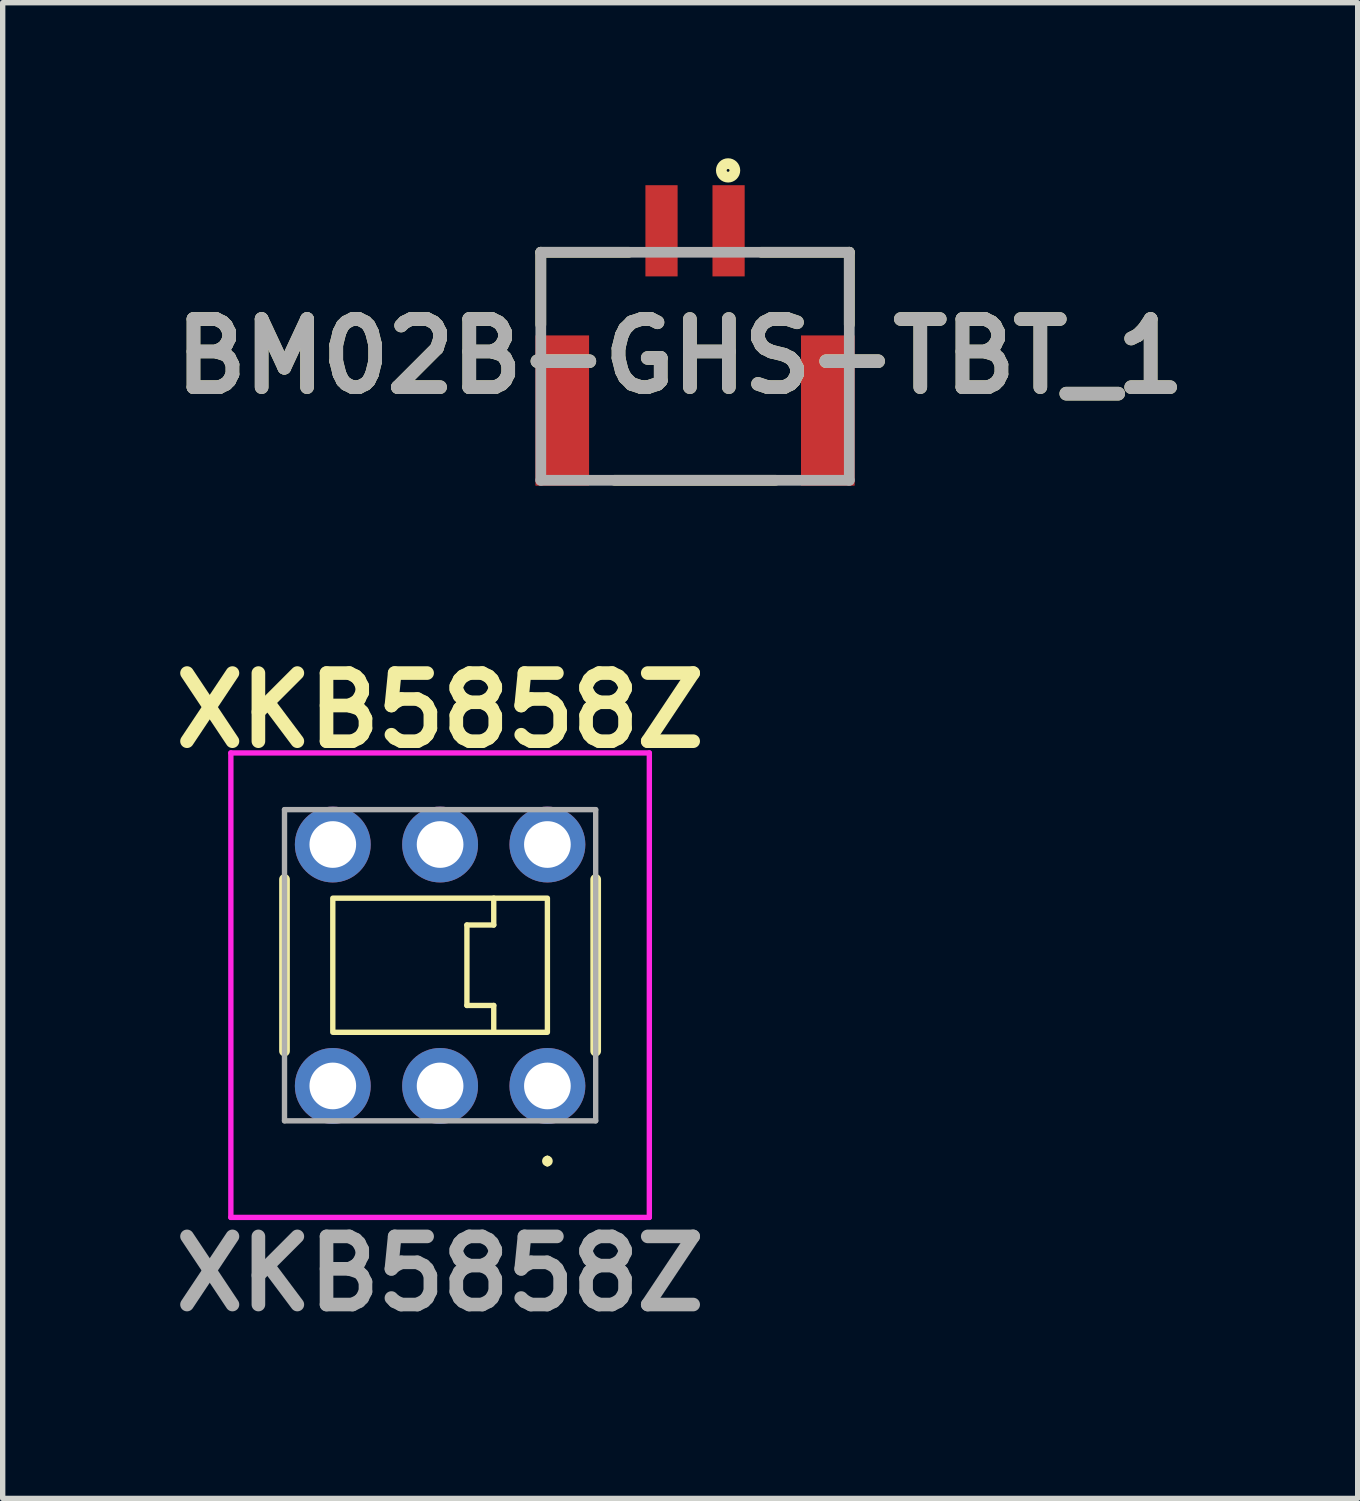
<source format=kicad_pcb>
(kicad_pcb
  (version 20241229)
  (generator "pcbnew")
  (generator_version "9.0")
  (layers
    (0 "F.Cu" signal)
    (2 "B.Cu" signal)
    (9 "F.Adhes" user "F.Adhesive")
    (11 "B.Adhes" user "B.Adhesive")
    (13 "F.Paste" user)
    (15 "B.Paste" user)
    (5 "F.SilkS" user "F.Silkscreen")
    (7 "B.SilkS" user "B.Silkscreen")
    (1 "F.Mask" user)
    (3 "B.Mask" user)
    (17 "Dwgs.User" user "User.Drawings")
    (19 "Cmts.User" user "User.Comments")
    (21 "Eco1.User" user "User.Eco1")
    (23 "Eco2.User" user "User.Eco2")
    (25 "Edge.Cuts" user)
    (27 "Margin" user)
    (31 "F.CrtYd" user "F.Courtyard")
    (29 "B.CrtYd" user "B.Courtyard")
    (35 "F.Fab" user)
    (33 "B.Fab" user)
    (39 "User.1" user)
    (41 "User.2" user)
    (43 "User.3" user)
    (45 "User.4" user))
  (footprint "XKB5858Z"
    (layer "F.Cu")
    (at 7.153 17.191)
    (property "Reference" "XKB5858Z" (at -2 -7 0) (layer "F.SilkS") (effects (font (size 1.27 1.27) (thickness 0.254))))
    (attr through_hole)
    (fp_line (start -4.9 -3.85) (end -4.9 -0.65) (stroke (width 0.2) (type solid)) (layer "F.SilkS"))
    (fp_line (start -1.5 -3) (end -1.5 -1.5) (stroke (width 0.1) (type default)) (layer "F.SilkS"))
    (fp_line (start -1.5 -1.5) (end -1 -1.5) (stroke (width 0.1) (type default)) (layer "F.SilkS"))
    (fp_line (start -1 -3.5) (end -1 -3) (stroke (width 0.1) (type default)) (layer "F.SilkS"))
    (fp_line (start -1 -3) (end -1.5 -3) (stroke (width 0.1) (type default)) (layer "F.SilkS"))
    (fp_line (start -1 -1.5) (end -1 -1) (stroke (width 0.1) (type default)) (layer "F.SilkS"))
    (fp_line (start 0 1.35) (end 0 1.35) (stroke (width 0.1) (type solid)) (layer "F.SilkS"))
    (fp_line (start 0 1.45) (end 0 1.45) (stroke (width 0.1) (type solid)) (layer "F.SilkS"))
    (fp_line (start 0.9 -3.85) (end 0.9 -0.65) (stroke (width 0.2) (type solid)) (layer "F.SilkS"))
    (fp_rect (start -4 -3.5) (end 0 -1) (stroke (width 0.1) (type default)) (fill no) (layer "F.SilkS"))
    (fp_arc (start 0 1.35) (mid 0.05 1.4) (end 0 1.45) (stroke (width 0.1) (type solid)) (layer "F.SilkS"))
    (fp_arc (start 0 1.45) (mid -0.05 1.4) (end 0 1.35) (stroke (width 0.1) (type solid)) (layer "F.SilkS"))
    (fp_line (start -5.9 -6.207) (end 1.9 -6.207) (stroke (width 0.1) (type solid)) (layer "F.CrtYd"))
    (fp_line (start -5.9 2.45) (end -5.9 -6.207) (stroke (width 0.1) (type solid)) (layer "F.CrtYd"))
    (fp_line (start 1.9 -6.207) (end 1.9 2.45) (stroke (width 0.1) (type solid)) (layer "F.CrtYd"))
    (fp_line (start 1.9 2.45) (end -5.9 2.45) (stroke (width 0.1) (type solid)) (layer "F.CrtYd"))
    (fp_line (start -4.9 -5.15) (end 0.9 -5.15) (stroke (width 0.1) (type solid)) (layer "F.Fab"))
    (fp_line (start -4.9 0.65) (end -4.9 -5.15) (stroke (width 0.1) (type solid)) (layer "F.Fab"))
    (fp_line (start 0.9 -5.15) (end 0.9 0.65) (stroke (width 0.1) (type solid)) (layer "F.Fab"))
    (fp_line (start 0.9 0.65) (end -4.9 0.65) (stroke (width 0.1) (type solid)) (layer "F.Fab"))
    (fp_text user "${REFERENCE}" (at -2 3.5 0) (layer "F.Fab") (effects (font (size 1.27 1.27) (thickness 0.254))))
    (pad "1" thru_hole circle (at 0 0) (size 1.414 1.414) (drill 0.87) (layers "*.Cu" "*.Mask"))
    (pad "2" thru_hole circle (at -2 0) (size 1.414 1.414) (drill 0.87) (layers "*.Cu" "*.Mask"))
    (pad "3" thru_hole circle (at -4 0) (size 1.414 1.414) (drill 0.87) (layers "*.Cu" "*.Mask"))
    (pad "4" thru_hole circle (at 0 -4.5) (size 1.414 1.414) (drill 0.87) (layers "*.Cu" "*.Mask"))
    (pad "5" thru_hole circle (at -2 -4.5) (size 1.414 1.414) (drill 0.87) (layers "*.Cu" "*.Mask"))
    (pad "6" thru_hole circle (at -4 -4.5) (size 1.414 1.414) (drill 0.87) (layers "*.Cu" "*.Mask")))
  (footprint "BM02B-GHS-TBT_1"
    (layer "F.Cu")
    (at 9.905 1.252)
    (property "Reference" "BM02B-GHS-TBT_1" (at -0.277 2.34 0) (layer "F.SilkS") (effects (font (size 1.27 1.27) (thickness 0.254))))
    (attr smd)
    (fp_line (start -2.875 0.4) (end -2.875 1.75) (stroke (width 0.2) (type solid)) (layer "F.SilkS"))
    (fp_line (start -2.875 0.4) (end -1.236 0.4) (stroke (width 0.2) (type solid)) (layer "F.SilkS"))
    (fp_line (start -1.5 4.65) (end 1.5 4.65) (stroke (width 0.2) (type solid)) (layer "F.SilkS"))
    (fp_line (start 2.875 0.4) (end 1.236 0.4) (stroke (width 0.2) (type solid)) (layer "F.SilkS"))
    (fp_line (start 2.875 0.4) (end 2.875 1.75) (stroke (width 0.2) (type solid)) (layer "F.SilkS"))
    (fp_circle (center 0.616 -1.126) (end 0.616 -1.1) (stroke (width 0.2) (type solid)) (fill no) (layer "F.SilkS"))
    (fp_line (start -2.875 0.4) (end 2.875 0.4) (stroke (width 0.2) (type solid)) (layer "F.Fab"))
    (fp_line (start -2.875 4.65) (end -2.875 0.4) (stroke (width 0.2) (type solid)) (layer "F.Fab"))
    (fp_line (start 2.875 0.4) (end 2.875 4.65) (stroke (width 0.2) (type solid)) (layer "F.Fab"))
    (fp_line (start 2.875 4.65) (end -2.875 4.65) (stroke (width 0.2) (type solid)) (layer "F.Fab"))
    (fp_text user "${REFERENCE}" (at -0.277 2.34 0) (layer "F.Fab") (effects (font (size 1.27 1.27) (thickness 0.254))))
    (pad "1" smd rect (at 0.625 0) (size 0.6 1.7) (layers "F.Cu" "F.Mask" "F.Paste"))
    (pad "2" smd rect (at -0.625 0) (size 0.6 1.7) (layers "F.Cu" "F.Mask" "F.Paste"))
    (pad "3" smd rect (at -2.475 3.35) (size 1 2.8) (layers "F.Cu" "F.Mask" "F.Paste"))
    (pad "4" smd rect (at 2.475 3.35) (size 1 2.8) (layers "F.Cu" "F.Mask" "F.Paste")))
  (gr_rect
    (start -3 -3)
    (end 22.256 24.879)
    (stroke (width 0.1) (type default))
    (fill no)
    (layer "Edge.Cuts")))
</source>
